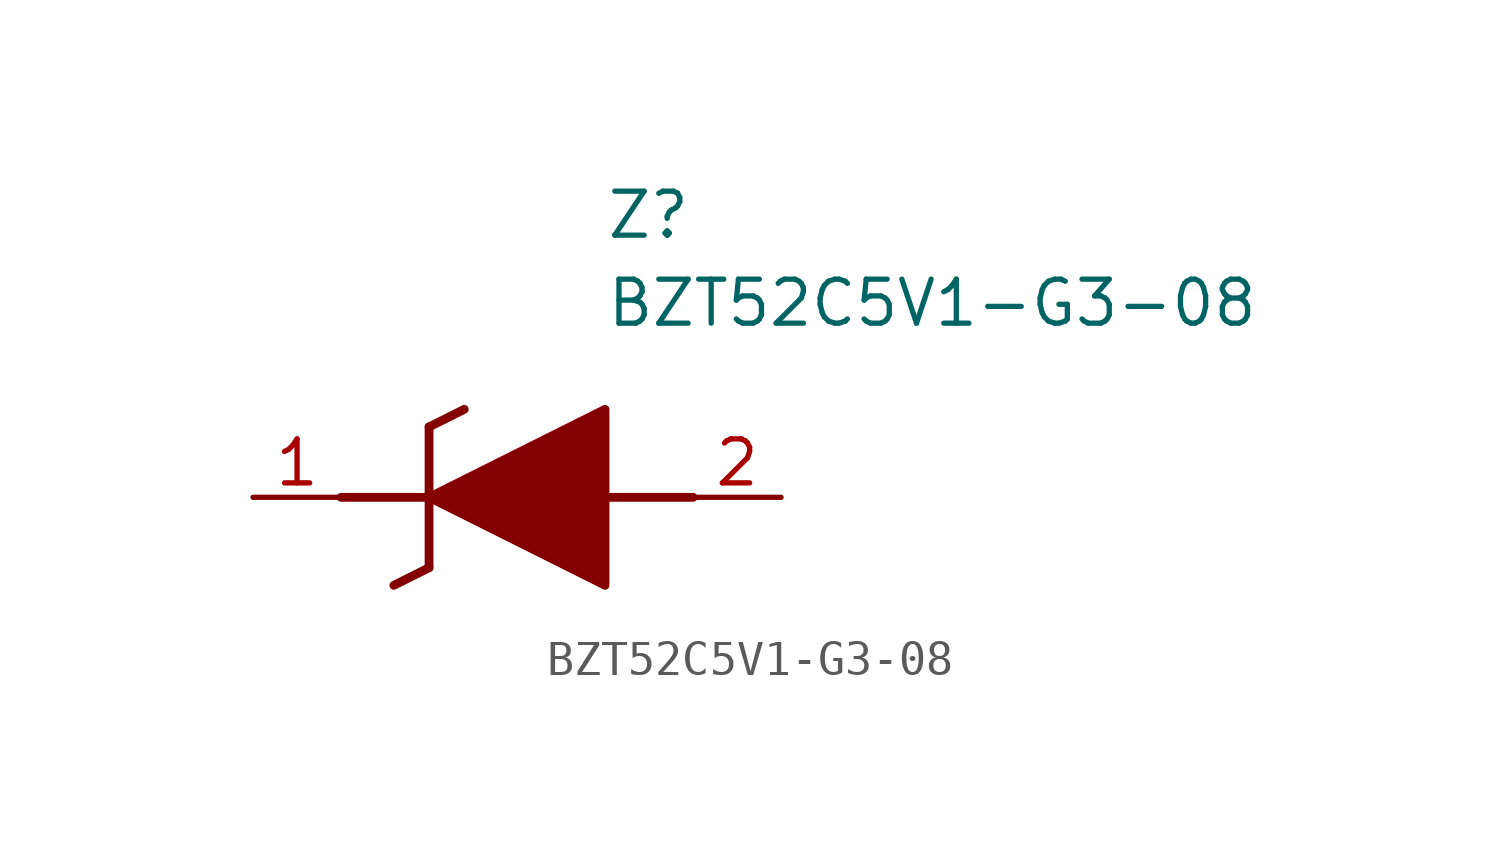
<source format=kicad_sym>
(kicad_symbol_lib
  (version 20211014)
  (generator SamacSys_ECAD_Model)
  (symbol "BZT52C5V1-G3-08"
    (pin_names hide)
    (property "Reference" "Z"
      (at 10.16 8.89 0)
      (effects (font (size 1.27 1.27)) (justify left top)))
    (property "Value" "BZT52C5V1-G3-08"
      (at 10.16 6.35 0)
      (effects (font (size 1.27 1.27)) (justify left top)))
    (polyline
      (pts (xy 5.08 2.032) (xy 5.08 -2.032))
      (stroke (width 0.254) (type default))
      (fill (type none)))
    (polyline
      (pts (xy 5.08 2.032) (xy 6.096 2.54))
      (stroke (width 0.254) (type default))
      (fill (type none)))
    (polyline
      (pts (xy 4.064 -2.54) (xy 5.08 -2.032))
      (stroke (width 0.254) (type default))
      (fill (type none)))
    (polyline
      (pts (xy 2.54 0) (xy 5.08 0))
      (stroke (width 0.254) (type default))
      (fill (type none)))
    (polyline
      (pts (xy 12.7 0) (xy 10.16 0))
      (stroke (width 0.254) (type default))
      (fill (type none)))
    (polyline
      (pts (xy 5.08 0) (xy 10.16 2.54) (xy 10.16 -2.54) (xy 5.08 0))
      (stroke (width 0.254) (type default))
      (fill (type outline)))
    (pin passive line
      (at 0 0 0)
      (length 2.54)
      (name "K" (effects (font (size 1.27 1.27))))
      (number "1" (effects (font (size 1.27 1.27)))))
    (pin passive line
      (at 15.24 0 180)
      (length 2.54)
      (name "A" (effects (font (size 1.27 1.27))))
      (number "2" (effects (font (size 1.27 1.27)))))))
</source>
